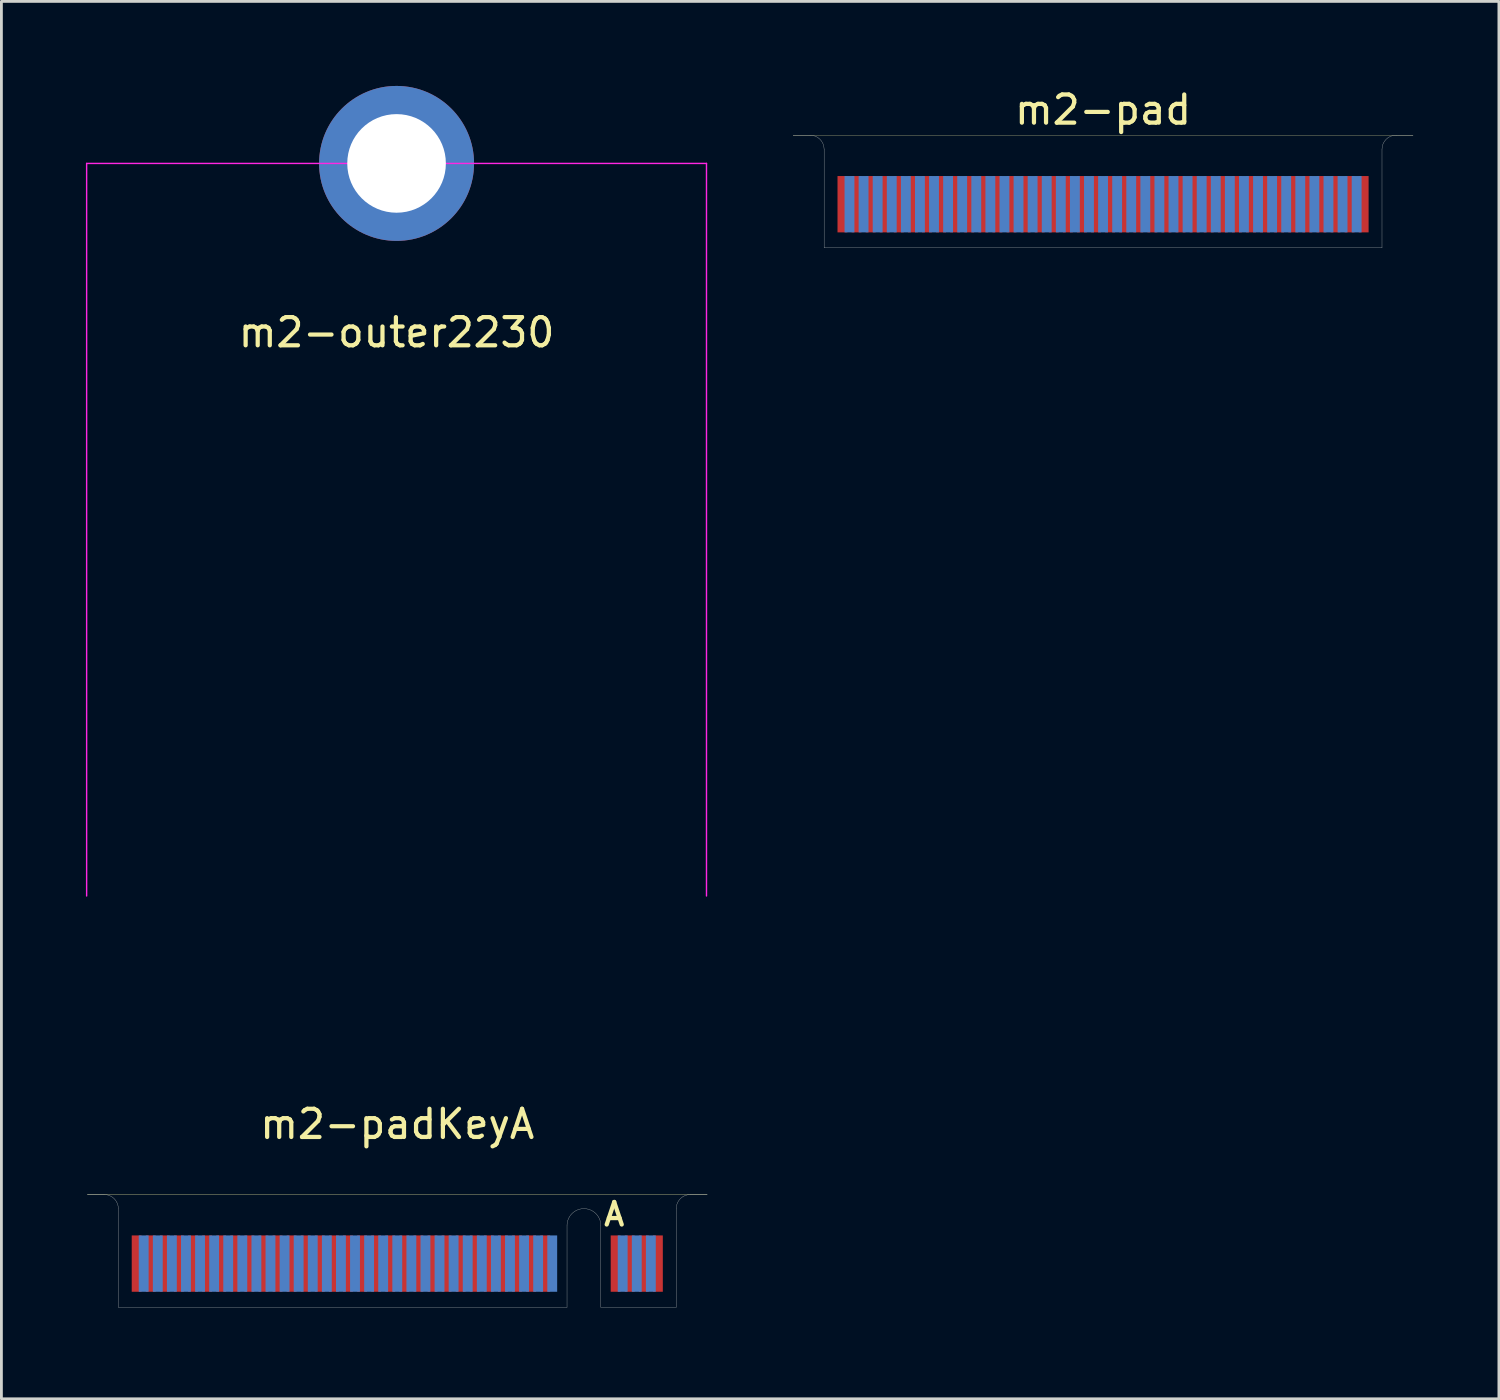
<source format=kicad_pcb>
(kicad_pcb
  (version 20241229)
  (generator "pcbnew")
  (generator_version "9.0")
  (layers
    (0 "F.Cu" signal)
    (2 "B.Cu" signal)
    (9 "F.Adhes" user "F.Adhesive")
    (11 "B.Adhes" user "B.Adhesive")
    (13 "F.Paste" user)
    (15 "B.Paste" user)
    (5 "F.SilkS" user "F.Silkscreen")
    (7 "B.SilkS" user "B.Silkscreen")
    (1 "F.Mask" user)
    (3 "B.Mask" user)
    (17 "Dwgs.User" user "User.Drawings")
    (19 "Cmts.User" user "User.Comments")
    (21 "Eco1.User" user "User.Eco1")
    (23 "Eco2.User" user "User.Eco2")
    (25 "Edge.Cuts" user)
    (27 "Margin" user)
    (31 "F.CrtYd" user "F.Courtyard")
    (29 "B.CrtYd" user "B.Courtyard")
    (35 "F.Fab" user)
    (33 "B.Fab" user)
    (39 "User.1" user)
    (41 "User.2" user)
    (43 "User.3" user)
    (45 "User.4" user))
  (footprint "m2-padKeyA"
    (layer "F.Cu")
    (at 11.05 43.348)
    (property "Reference" "m2-padKeyA" (at 0 -6.5 0) (layer "F.SilkS") (effects (font (size 1 1) (thickness 0.15))))
    (attr smd)
    (fp_poly (pts (xy -11 -4) (xy -11 0) (xy 11 0) (xy 11 -4)) (stroke (width 0.1) (type solid)) (fill yes) (layer "F.Mask"))
    (fp_poly (pts (xy -11 -4) (xy -11 0) (xy 11 0) (xy 11 -4)) (stroke (width 0.1) (type solid)) (fill yes) (layer "B.Mask"))
    (fp_line (start -11 -4) (end 11 -4) (stroke (width 0.01) (type solid)) (layer "F.SilkS"))
    (fp_line (start 0 0) (end 0 -4) (stroke (width 0.01) (type solid)) (layer "Eco1.User"))
    (fp_line (start -11 -4) (end -10.4 -4) (stroke (width 0.01) (type solid)) (layer "Edge.Cuts"))
    (fp_line (start -9.9 0) (end -9.9 -3.5) (stroke (width 0.01) (type solid)) (layer "Edge.Cuts"))
    (fp_line (start -9.9 0) (end 6.025 0) (stroke (width 0.01) (type solid)) (layer "Edge.Cuts"))
    (fp_line (start 6.025 0) (end 6.025 -2.9) (stroke (width 0.01) (type solid)) (layer "Edge.Cuts"))
    (fp_line (start 7.225 0) (end 7.225 -2.9) (stroke (width 0.01) (type solid)) (layer "Edge.Cuts"))
    (fp_line (start 9.9 0) (end 7.225 0) (stroke (width 0.01) (type solid)) (layer "Edge.Cuts"))
    (fp_line (start 9.9 0) (end 9.9 -3.5) (stroke (width 0.01) (type solid)) (layer "Edge.Cuts"))
    (fp_line (start 11 -4) (end 10.4 -4) (stroke (width 0.01) (type solid)) (layer "Edge.Cuts"))
    (fp_arc (start -10.4 -4) (mid -10.046447 -3.853553) (end -9.9 -3.5) (stroke (width 0.01) (type solid)) (layer "Edge.Cuts"))
    (fp_arc (start 6.025 -2.9) (mid 6.625 -3.5) (end 7.225 -2.9) (stroke (width 0.01) (type solid)) (layer "Edge.Cuts"))
    (fp_arc (start 9.9 -3.5) (mid 10.046447 -3.853553) (end 10.4 -4) (stroke (width 0.01) (type solid)) (layer "Edge.Cuts"))
    (fp_text user "A" (at 7.7 -3.3 0) (layer "F.SilkS") (effects (font (size 0.8 0.8) (thickness 0.15))))
    (pad "1" smd rect (at 9.25 -1.55) (size 0.35 2) (layers "F.Cu" "F.Mask"))
    (pad "2" smd rect (at 9 -1.55) (size 0.35 2) (layers "B.Cu" "B.Mask"))
    (pad "3" smd rect (at 8.75 -1.55) (size 0.35 2) (layers "F.Cu" "F.Mask"))
    (pad "4" smd rect (at 8.5 -1.55) (size 0.35 2) (layers "B.Cu" "B.Mask"))
    (pad "5" smd rect (at 8.25 -1.55) (size 0.35 2) (layers "F.Cu" "F.Mask"))
    (pad "6" smd rect (at 8 -1.55) (size 0.35 2) (layers "B.Cu" "B.Mask"))
    (pad "7" smd rect (at 7.75 -1.55) (size 0.35 2) (layers "F.Cu" "F.Mask"))
    (pad "16" smd rect (at 5.5 -1.55) (size 0.35 2) (layers "B.Cu" "B.Mask"))
    (pad "17" smd rect (at 5.25 -1.55) (size 0.35 2) (layers "F.Cu" "F.Mask"))
    (pad "18" smd rect (at 5 -1.55) (size 0.35 2) (layers "B.Cu" "B.Mask"))
    (pad "19" smd rect (at 4.75 -1.55) (size 0.35 2) (layers "F.Cu" "F.Mask"))
    (pad "20" smd rect (at 4.5 -1.55) (size 0.35 2) (layers "B.Cu" "B.Mask"))
    (pad "21" smd rect (at 4.25 -1.55) (size 0.35 2) (layers "F.Cu" "F.Mask"))
    (pad "22" smd rect (at 4 -1.55) (size 0.35 2) (layers "B.Cu" "B.Mask"))
    (pad "23" smd rect (at 3.75 -1.55) (size 0.35 2) (layers "F.Cu" "F.Mask"))
    (pad "24" smd rect (at 3.5 -1.55) (size 0.35 2) (layers "B.Cu" "B.Mask"))
    (pad "25" smd rect (at 3.25 -1.55) (size 0.35 2) (layers "F.Cu" "F.Mask"))
    (pad "26" smd rect (at 3 -1.55) (size 0.35 2) (layers "B.Cu" "B.Mask"))
    (pad "27" smd rect (at 2.75 -1.55) (size 0.35 2) (layers "F.Cu" "F.Mask"))
    (pad "28" smd rect (at 2.5 -1.55) (size 0.35 2) (layers "B.Cu" "B.Mask"))
    (pad "29" smd rect (at 2.25 -1.55) (size 0.35 2) (layers "F.Cu" "F.Mask"))
    (pad "30" smd rect (at 2 -1.55) (size 0.35 2) (layers "B.Cu" "B.Mask"))
    (pad "31" smd rect (at 1.75 -1.55) (size 0.35 2) (layers "F.Cu" "F.Mask"))
    (pad "32" smd rect (at 1.5 -1.55) (size 0.35 2) (layers "B.Cu" "B.Mask"))
    (pad "33" smd rect (at 1.25 -1.55) (size 0.35 2) (layers "F.Cu" "F.Mask"))
    (pad "34" smd rect (at 1 -1.55) (size 0.35 2) (layers "B.Cu" "B.Mask"))
    (pad "35" smd rect (at 0.75 -1.55) (size 0.35 2) (layers "F.Cu" "F.Mask"))
    (pad "36" smd rect (at 0.5 -1.55) (size 0.35 2) (layers "B.Cu" "B.Mask"))
    (pad "37" smd rect (at 0.25 -1.55) (size 0.35 2) (layers "F.Cu" "F.Mask"))
    (pad "38" smd rect (at 0 -1.55) (size 0.35 2) (layers "B.Cu" "B.Mask"))
    (pad "39" smd rect (at -0.25 -1.55) (size 0.35 2) (layers "F.Cu" "F.Mask"))
    (pad "40" smd rect (at -0.5 -1.55) (size 0.35 2) (layers "B.Cu" "B.Mask"))
    (pad "41" smd rect (at -0.75 -1.55) (size 0.35 2) (layers "F.Cu" "F.Mask"))
    (pad "42" smd rect (at -1 -1.55) (size 0.35 2) (layers "B.Cu" "B.Mask"))
    (pad "43" smd rect (at -1.25 -1.55) (size 0.35 2) (layers "F.Cu" "F.Mask"))
    (pad "44" smd rect (at -1.5 -1.55) (size 0.35 2) (layers "B.Cu" "B.Mask"))
    (pad "45" smd rect (at -1.75 -1.55) (size 0.35 2) (layers "F.Cu" "F.Mask"))
    (pad "46" smd rect (at -2 -1.55) (size 0.35 2) (layers "B.Cu" "B.Mask"))
    (pad "47" smd rect (at -2.25 -1.55) (size 0.35 2) (layers "F.Cu" "F.Mask"))
    (pad "48" smd rect (at -2.5 -1.55) (size 0.35 2) (layers "B.Cu" "B.Mask"))
    (pad "49" smd rect (at -2.75 -1.55) (size 0.35 2) (layers "F.Cu" "F.Mask"))
    (pad "50" smd rect (at -3 -1.55) (size 0.35 2) (layers "B.Cu" "B.Mask"))
    (pad "51" smd rect (at -3.25 -1.55) (size 0.35 2) (layers "F.Cu" "F.Mask"))
    (pad "52" smd rect (at -3.5 -1.55) (size 0.35 2) (layers "B.Cu" "B.Mask"))
    (pad "53" smd rect (at -3.75 -1.55) (size 0.35 2) (layers "F.Cu" "F.Mask"))
    (pad "54" smd rect (at -4 -1.55) (size 0.35 2) (layers "B.Cu" "B.Mask"))
    (pad "55" smd rect (at -4.25 -1.55) (size 0.35 2) (layers "F.Cu" "F.Mask"))
    (pad "56" smd rect (at -4.5 -1.55) (size 0.35 2) (layers "B.Cu" "B.Mask"))
    (pad "57" smd rect (at -4.75 -1.55) (size 0.35 2) (layers "F.Cu" "F.Mask"))
    (pad "58" smd rect (at -5 -1.55) (size 0.35 2) (layers "B.Cu" "B.Mask"))
    (pad "59" smd rect (at -5.25 -1.55) (size 0.35 2) (layers "F.Cu" "F.Mask"))
    (pad "60" smd rect (at -5.5 -1.55) (size 0.35 2) (layers "B.Cu" "B.Mask"))
    (pad "61" smd rect (at -5.75 -1.55) (size 0.35 2) (layers "F.Cu" "F.Mask"))
    (pad "62" smd rect (at -6 -1.55) (size 0.35 2) (layers "B.Cu" "B.Mask"))
    (pad "63" smd rect (at -6.25 -1.55) (size 0.35 2) (layers "F.Cu" "F.Mask"))
    (pad "64" smd rect (at -6.5 -1.55) (size 0.35 2) (layers "B.Cu" "B.Mask"))
    (pad "65" smd rect (at -6.75 -1.55) (size 0.35 2) (layers "F.Cu" "F.Mask"))
    (pad "66" smd rect (at -7 -1.55) (size 0.35 2) (layers "B.Cu" "B.Mask"))
    (pad "67" smd rect (at -7.25 -1.55) (size 0.35 2) (layers "F.Cu" "F.Mask"))
    (pad "68" smd rect (at -7.5 -1.55) (size 0.35 2) (layers "B.Cu" "B.Mask"))
    (pad "69" smd rect (at -7.75 -1.55) (size 0.35 2) (layers "F.Cu" "F.Mask"))
    (pad "70" smd rect (at -8 -1.55) (size 0.35 2) (layers "B.Cu" "B.Mask"))
    (pad "71" smd rect (at -8.25 -1.55) (size 0.35 2) (layers "F.Cu" "F.Mask"))
    (pad "72" smd rect (at -8.5 -1.55) (size 0.35 2) (layers "B.Cu" "B.Mask"))
    (pad "73" smd rect (at -8.75 -1.55) (size 0.35 2) (layers "F.Cu" "F.Mask"))
    (pad "74" smd rect (at -9 -1.55) (size 0.35 2) (layers "B.Cu" "B.Mask"))
    (pad "75" smd rect (at -9.25 -1.55) (size 0.35 2) (layers "F.Cu" "F.Mask")))
  (footprint "m2-outer2230"
    (layer "F.Cu")
    (at 11.025 32.75)
    (property "Reference" "m2-outer2230" (at 0 -24 0) (layer "F.SilkS") (effects (font (size 1 1) (thickness 0.15))))
    (attr through_hole)
    (fp_line (start 0 0) (end 0 -30) (stroke (width 0.01) (type solid)) (layer "Eco1.User"))
    (fp_line (start -11 -30) (end -11 -4) (stroke (width 0.05) (type solid)) (layer "F.CrtYd"))
    (fp_line (start 11 -30) (end -11 -30) (stroke (width 0.05) (type solid)) (layer "F.CrtYd"))
    (fp_line (start 11 -30) (end 11 -4) (stroke (width 0.05) (type solid)) (layer "F.CrtYd"))
    (pad "" np_thru_hole circle (at 0 -30) (size 5.5 5.5) (drill 3.5) (layers "*.Cu" "*.Mask")))
  (footprint "m2-pad"
    (layer "F.Cu")
    (at 36.1 5.748)
    (property "Reference" "m2-pad" (at 0 -4.9 0) (layer "F.SilkS") (effects (font (size 1 1) (thickness 0.15))))
    (attr smd)
    (fp_poly (pts (xy -11 -4) (xy -11 0) (xy 11 0) (xy 11 -4)) (stroke (width 0.1) (type solid)) (fill yes) (layer "F.Mask"))
    (fp_poly (pts (xy -11 -4) (xy -11 0) (xy 11 0) (xy 11 -4)) (stroke (width 0.1) (type solid)) (fill yes) (layer "B.Mask"))
    (fp_line (start -11 -4) (end 11 -4) (stroke (width 0.01) (type solid)) (layer "F.SilkS"))
    (fp_line (start 0 0) (end 0 -4) (stroke (width 0.01) (type solid)) (layer "Eco1.User"))
    (fp_line (start -11 -4) (end -10.4 -4) (stroke (width 0.01) (type solid)) (layer "Edge.Cuts"))
    (fp_line (start -9.9 0) (end -9.9 -3.5) (stroke (width 0.01) (type solid)) (layer "Edge.Cuts"))
    (fp_line (start -9.9 0) (end 9.9 0) (stroke (width 0.01) (type solid)) (layer "Edge.Cuts"))
    (fp_line (start 9.9 0) (end 9.9 -3.5) (stroke (width 0.01) (type solid)) (layer "Edge.Cuts"))
    (fp_line (start 11 -4) (end 10.4 -4) (stroke (width 0.01) (type solid)) (layer "Edge.Cuts"))
    (fp_arc (start -10.4 -4) (mid -10.046447 -3.853553) (end -9.9 -3.5) (stroke (width 0.01) (type solid)) (layer "Edge.Cuts"))
    (fp_arc (start 9.9 -3.5) (mid 10.046447 -3.853553) (end 10.4 -4) (stroke (width 0.01) (type solid)) (layer "Edge.Cuts"))
    (pad "1" smd rect (at 9.25 -1.55) (size 0.35 2) (layers "F.Cu" "F.Mask"))
    (pad "2" smd rect (at 9 -1.55) (size 0.35 2) (layers "B.Cu" "B.Mask"))
    (pad "3" smd rect (at 8.75 -1.55) (size 0.35 2) (layers "F.Cu" "F.Mask"))
    (pad "4" smd rect (at 8.5 -1.55) (size 0.35 2) (layers "B.Cu" "B.Mask"))
    (pad "5" smd rect (at 8.25 -1.55) (size 0.35 2) (layers "F.Cu" "F.Mask"))
    (pad "6" smd rect (at 8 -1.55) (size 0.35 2) (layers "B.Cu" "B.Mask"))
    (pad "7" smd rect (at 7.75 -1.55) (size 0.35 2) (layers "F.Cu" "F.Mask"))
    (pad "8" smd rect (at 7.5 -1.55) (size 0.35 2) (layers "B.Cu" "B.Mask"))
    (pad "9" smd rect (at 7.25 -1.55) (size 0.35 2) (layers "F.Cu" "F.Mask"))
    (pad "10" smd rect (at 7 -1.55) (size 0.35 2) (layers "B.Cu" "B.Mask"))
    (pad "11" smd rect (at 6.75 -1.55) (size 0.35 2) (layers "F.Cu" "F.Mask"))
    (pad "12" smd rect (at 6.5 -1.55) (size 0.35 2) (layers "B.Cu" "B.Mask"))
    (pad "13" smd rect (at 6.25 -1.55) (size 0.35 2) (layers "F.Cu" "F.Mask"))
    (pad "14" smd rect (at 6 -1.55) (size 0.35 2) (layers "B.Cu" "B.Mask"))
    (pad "15" smd rect (at 5.75 -1.55) (size 0.35 2) (layers "F.Cu" "F.Mask"))
    (pad "16" smd rect (at 5.5 -1.55) (size 0.35 2) (layers "B.Cu" "B.Mask"))
    (pad "17" smd rect (at 5.25 -1.55) (size 0.35 2) (layers "F.Cu" "F.Mask"))
    (pad "18" smd rect (at 5 -1.55) (size 0.35 2) (layers "B.Cu" "B.Mask"))
    (pad "19" smd rect (at 4.75 -1.55) (size 0.35 2) (layers "F.Cu" "F.Mask"))
    (pad "20" smd rect (at 4.5 -1.55) (size 0.35 2) (layers "B.Cu" "B.Mask"))
    (pad "21" smd rect (at 4.25 -1.55) (size 0.35 2) (layers "F.Cu" "F.Mask"))
    (pad "22" smd rect (at 4 -1.55) (size 0.35 2) (layers "B.Cu" "B.Mask"))
    (pad "23" smd rect (at 3.75 -1.55) (size 0.35 2) (layers "F.Cu" "F.Mask"))
    (pad "24" smd rect (at 3.5 -1.55) (size 0.35 2) (layers "B.Cu" "B.Mask"))
    (pad "25" smd rect (at 3.25 -1.55) (size 0.35 2) (layers "F.Cu" "F.Mask"))
    (pad "26" smd rect (at 3 -1.55) (size 0.35 2) (layers "B.Cu" "B.Mask"))
    (pad "27" smd rect (at 2.75 -1.55) (size 0.35 2) (layers "F.Cu" "F.Mask"))
    (pad "28" smd rect (at 2.5 -1.55) (size 0.35 2) (layers "B.Cu" "B.Mask"))
    (pad "29" smd rect (at 2.25 -1.55) (size 0.35 2) (layers "F.Cu" "F.Mask"))
    (pad "30" smd rect (at 2 -1.55) (size 0.35 2) (layers "B.Cu" "B.Mask"))
    (pad "31" smd rect (at 1.75 -1.55) (size 0.35 2) (layers "F.Cu" "F.Mask"))
    (pad "32" smd rect (at 1.5 -1.55) (size 0.35 2) (layers "B.Cu" "B.Mask"))
    (pad "33" smd rect (at 1.25 -1.55) (size 0.35 2) (layers "F.Cu" "F.Mask"))
    (pad "34" smd rect (at 1 -1.55) (size 0.35 2) (layers "B.Cu" "B.Mask"))
    (pad "35" smd rect (at 0.75 -1.55) (size 0.35 2) (layers "F.Cu" "F.Mask"))
    (pad "36" smd rect (at 0.5 -1.55) (size 0.35 2) (layers "B.Cu" "B.Mask"))
    (pad "37" smd rect (at 0.25 -1.55) (size 0.35 2) (layers "F.Cu" "F.Mask"))
    (pad "38" smd rect (at 0 -1.55) (size 0.35 2) (layers "B.Cu" "B.Mask"))
    (pad "39" smd rect (at -0.25 -1.55) (size 0.35 2) (layers "F.Cu" "F.Mask"))
    (pad "40" smd rect (at -0.5 -1.55) (size 0.35 2) (layers "B.Cu" "B.Mask"))
    (pad "41" smd rect (at -0.75 -1.55) (size 0.35 2) (layers "F.Cu" "F.Mask"))
    (pad "42" smd rect (at -1 -1.55) (size 0.35 2) (layers "B.Cu" "B.Mask"))
    (pad "43" smd rect (at -1.25 -1.55) (size 0.35 2) (layers "F.Cu" "F.Mask"))
    (pad "44" smd rect (at -1.5 -1.55) (size 0.35 2) (layers "B.Cu" "B.Mask"))
    (pad "45" smd rect (at -1.75 -1.55) (size 0.35 2) (layers "F.Cu" "F.Mask"))
    (pad "46" smd rect (at -2 -1.55) (size 0.35 2) (layers "B.Cu" "B.Mask"))
    (pad "47" smd rect (at -2.25 -1.55) (size 0.35 2) (layers "F.Cu" "F.Mask"))
    (pad "48" smd rect (at -2.5 -1.55) (size 0.35 2) (layers "B.Cu" "B.Mask"))
    (pad "49" smd rect (at -2.75 -1.55) (size 0.35 2) (layers "F.Cu" "F.Mask"))
    (pad "50" smd rect (at -3 -1.55) (size 0.35 2) (layers "B.Cu" "B.Mask"))
    (pad "51" smd rect (at -3.25 -1.55) (size 0.35 2) (layers "F.Cu" "F.Mask"))
    (pad "52" smd rect (at -3.5 -1.55) (size 0.35 2) (layers "B.Cu" "B.Mask"))
    (pad "53" smd rect (at -3.75 -1.55) (size 0.35 2) (layers "F.Cu" "F.Mask"))
    (pad "54" smd rect (at -4 -1.55) (size 0.35 2) (layers "B.Cu" "B.Mask"))
    (pad "55" smd rect (at -4.25 -1.55) (size 0.35 2) (layers "F.Cu" "F.Mask"))
    (pad "56" smd rect (at -4.5 -1.55) (size 0.35 2) (layers "B.Cu" "B.Mask"))
    (pad "57" smd rect (at -4.75 -1.55) (size 0.35 2) (layers "F.Cu" "F.Mask"))
    (pad "58" smd rect (at -5 -1.55) (size 0.35 2) (layers "B.Cu" "B.Mask"))
    (pad "59" smd rect (at -5.25 -1.55) (size 0.35 2) (layers "F.Cu" "F.Mask"))
    (pad "60" smd rect (at -5.5 -1.55) (size 0.35 2) (layers "B.Cu" "B.Mask"))
    (pad "61" smd rect (at -5.75 -1.55) (size 0.35 2) (layers "F.Cu" "F.Mask"))
    (pad "62" smd rect (at -6 -1.55) (size 0.35 2) (layers "B.Cu" "B.Mask"))
    (pad "63" smd rect (at -6.25 -1.55) (size 0.35 2) (layers "F.Cu" "F.Mask"))
    (pad "64" smd rect (at -6.5 -1.55) (size 0.35 2) (layers "B.Cu" "B.Mask"))
    (pad "65" smd rect (at -6.75 -1.55) (size 0.35 2) (layers "F.Cu" "F.Mask"))
    (pad "66" smd rect (at -7 -1.55) (size 0.35 2) (layers "B.Cu" "B.Mask"))
    (pad "67" smd rect (at -7.25 -1.55) (size 0.35 2) (layers "F.Cu" "F.Mask"))
    (pad "68" smd rect (at -7.5 -1.55) (size 0.35 2) (layers "B.Cu" "B.Mask"))
    (pad "69" smd rect (at -7.75 -1.55) (size 0.35 2) (layers "F.Cu" "F.Mask"))
    (pad "70" smd rect (at -8 -1.55) (size 0.35 2) (layers "B.Cu" "B.Mask"))
    (pad "71" smd rect (at -8.25 -1.55) (size 0.35 2) (layers "F.Cu" "F.Mask"))
    (pad "72" smd rect (at -8.5 -1.55) (size 0.35 2) (layers "B.Cu" "B.Mask"))
    (pad "73" smd rect (at -8.75 -1.55) (size 0.35 2) (layers "F.Cu" "F.Mask"))
    (pad "74" smd rect (at -9 -1.55) (size 0.35 2) (layers "B.Cu" "B.Mask"))
    (pad "75" smd rect (at -9.25 -1.55) (size 0.35 2) (layers "F.Cu" "F.Mask")))
  (gr_rect
    (start -3 -3)
    (end 50.15 46.598)
    (stroke (width 0.1) (type default))
    (fill no)
    (layer "Edge.Cuts")))
</source>
